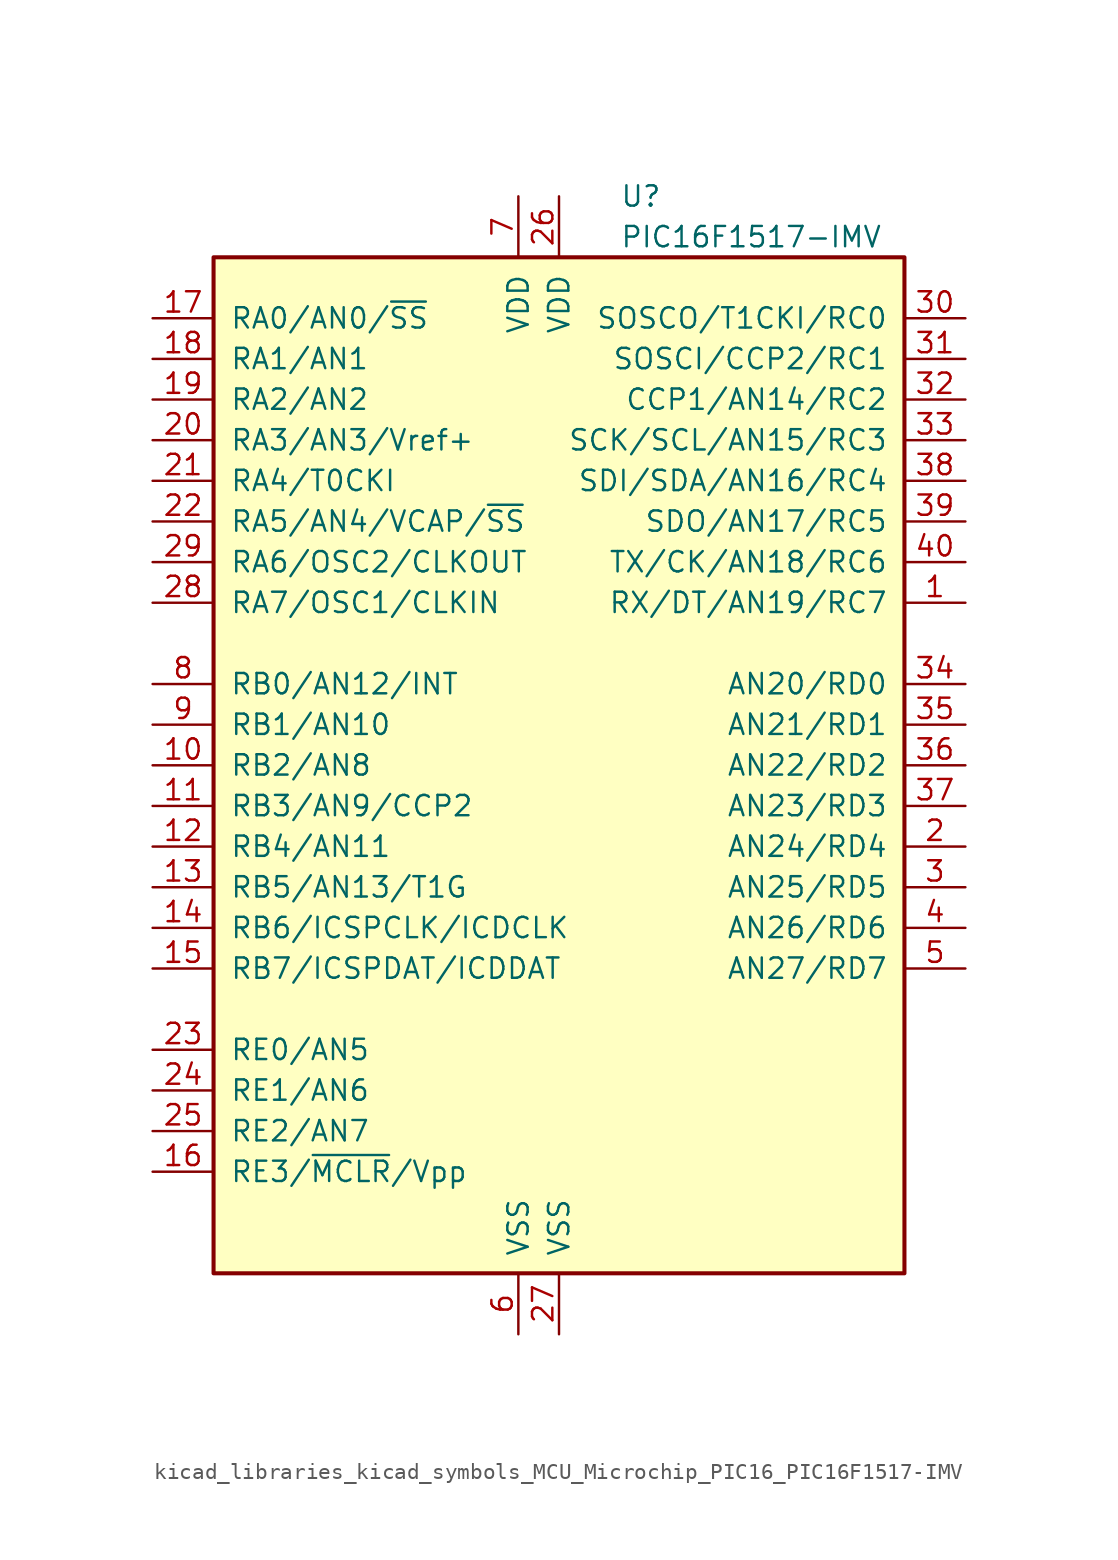
<source format=kicad_sym>
(kicad_symbol_lib
  (version 20220914)
  (generator kicad_symbol_editor)
  (symbol "kicad_libraries_kicad_symbols_MCU_Microchip_PIC16_PIC16F1517-IMV"
    (pin_names
      (offset 1.016))
    (property "Reference" "U"
      (at 3.81 35.56 0)
      (effects (font (size 1.27 1.27)) (justify left)))
    (property "Value" "PIC16F1517-IMV"
      (at 3.81 33.02 0)
      (effects (font (size 1.27 1.27)) (justify left)))
    (symbol "kicad_libraries_kicad_symbols_MCU_Microchip_PIC16_PIC16F1517-IMV_0_1"
      (rectangle (start -21.59 31.75) (end 21.59 -31.75) (stroke (width 0.254) (type default)) (fill (type background))))
    (symbol "kicad_libraries_kicad_symbols_MCU_Microchip_PIC16_PIC16F1517-IMV_1_1"
      (pin bidirectional line (at 25.4 10.16 180) (length 3.81) (name "RX/DT/AN19/RC7" (effects (font (size 1.27 1.27)))) (number "1" (effects (font (size 1.27 1.27)))))
      (pin bidirectional line (at -25.4 0 0) (length 3.81) (name "RB2/AN8" (effects (font (size 1.27 1.27)))) (number "10" (effects (font (size 1.27 1.27)))))
      (pin bidirectional line (at -25.4 -2.54 0) (length 3.81) (name "RB3/AN9/CCP2" (effects (font (size 1.27 1.27)))) (number "11" (effects (font (size 1.27 1.27)))))
      (pin bidirectional line (at -25.4 -5.08 0) (length 3.81) (name "RB4/AN11" (effects (font (size 1.27 1.27)))) (number "12" (effects (font (size 1.27 1.27)))))
      (pin bidirectional line (at -25.4 -7.62 0) (length 3.81) (name "RB5/AN13/T1G" (effects (font (size 1.27 1.27)))) (number "13" (effects (font (size 1.27 1.27)))))
      (pin bidirectional line (at -25.4 -10.16 0) (length 3.81) (name "RB6/ICSPCLK/ICDCLK" (effects (font (size 1.27 1.27)))) (number "14" (effects (font (size 1.27 1.27)))))
      (pin bidirectional line (at -25.4 -12.7 0) (length 3.81) (name "RB7/ICSPDAT/ICDDAT" (effects (font (size 1.27 1.27)))) (number "15" (effects (font (size 1.27 1.27)))))
      (pin input line (at -25.4 -25.4 0) (length 3.81) (name "RE3/~{MCLR}/Vpp" (effects (font (size 1.27 1.27)))) (number "16" (effects (font (size 1.27 1.27)))))
      (pin bidirectional line (at -25.4 27.94 0) (length 3.81) (name "RA0/AN0/~{SS}" (effects (font (size 1.27 1.27)))) (number "17" (effects (font (size 1.27 1.27)))))
      (pin bidirectional line (at -25.4 25.4 0) (length 3.81) (name "RA1/AN1" (effects (font (size 1.27 1.27)))) (number "18" (effects (font (size 1.27 1.27)))))
      (pin bidirectional line (at -25.4 22.86 0) (length 3.81) (name "RA2/AN2" (effects (font (size 1.27 1.27)))) (number "19" (effects (font (size 1.27 1.27)))))
      (pin bidirectional line (at 25.4 -5.08 180) (length 3.81) (name "AN24/RD4" (effects (font (size 1.27 1.27)))) (number "2" (effects (font (size 1.27 1.27)))))
      (pin bidirectional line (at -25.4 20.32 0) (length 3.81) (name "RA3/AN3/Vref+" (effects (font (size 1.27 1.27)))) (number "20" (effects (font (size 1.27 1.27)))))
      (pin bidirectional line (at -25.4 17.78 0) (length 3.81) (name "RA4/T0CKI" (effects (font (size 1.27 1.27)))) (number "21" (effects (font (size 1.27 1.27)))))
      (pin bidirectional line (at -25.4 15.24 0) (length 3.81) (name "RA5/AN4/VCAP/~{SS}" (effects (font (size 1.27 1.27)))) (number "22" (effects (font (size 1.27 1.27)))))
      (pin bidirectional line (at -25.4 -17.78 0) (length 3.81) (name "RE0/AN5" (effects (font (size 1.27 1.27)))) (number "23" (effects (font (size 1.27 1.27)))))
      (pin bidirectional line (at -25.4 -20.32 0) (length 3.81) (name "RE1/AN6" (effects (font (size 1.27 1.27)))) (number "24" (effects (font (size 1.27 1.27)))))
      (pin bidirectional line (at -25.4 -22.86 0) (length 3.81) (name "RE2/AN7" (effects (font (size 1.27 1.27)))) (number "25" (effects (font (size 1.27 1.27)))))
      (pin power_in line (at 0 35.56 270) (length 3.81) (name "VDD" (effects (font (size 1.27 1.27)))) (number "26" (effects (font (size 1.27 1.27)))))
      (pin power_in line (at 0 -35.56 90) (length 3.81) (name "VSS" (effects (font (size 1.27 1.27)))) (number "27" (effects (font (size 1.27 1.27)))))
      (pin bidirectional line (at -25.4 10.16 0) (length 3.81) (name "RA7/OSC1/CLKIN" (effects (font (size 1.27 1.27)))) (number "28" (effects (font (size 1.27 1.27)))))
      (pin bidirectional line (at -25.4 12.7 0) (length 3.81) (name "RA6/OSC2/CLKOUT" (effects (font (size 1.27 1.27)))) (number "29" (effects (font (size 1.27 1.27)))))
      (pin bidirectional line (at 25.4 -7.62 180) (length 3.81) (name "AN25/RD5" (effects (font (size 1.27 1.27)))) (number "3" (effects (font (size 1.27 1.27)))))
      (pin bidirectional line (at 25.4 27.94 180) (length 3.81) (name "SOSCO/T1CKI/RC0" (effects (font (size 1.27 1.27)))) (number "30" (effects (font (size 1.27 1.27)))))
      (pin bidirectional line (at 25.4 25.4 180) (length 3.81) (name "SOSCI/CCP2/RC1" (effects (font (size 1.27 1.27)))) (number "31" (effects (font (size 1.27 1.27)))))
      (pin bidirectional line (at 25.4 22.86 180) (length 3.81) (name "CCP1/AN14/RC2" (effects (font (size 1.27 1.27)))) (number "32" (effects (font (size 1.27 1.27)))))
      (pin bidirectional line (at 25.4 20.32 180) (length 3.81) (name "SCK/SCL/AN15/RC3" (effects (font (size 1.27 1.27)))) (number "33" (effects (font (size 1.27 1.27)))))
      (pin bidirectional line (at 25.4 5.08 180) (length 3.81) (name "AN20/RD0" (effects (font (size 1.27 1.27)))) (number "34" (effects (font (size 1.27 1.27)))))
      (pin bidirectional line (at 25.4 2.54 180) (length 3.81) (name "AN21/RD1" (effects (font (size 1.27 1.27)))) (number "35" (effects (font (size 1.27 1.27)))))
      (pin bidirectional line (at 25.4 0 180) (length 3.81) (name "AN22/RD2" (effects (font (size 1.27 1.27)))) (number "36" (effects (font (size 1.27 1.27)))))
      (pin bidirectional line (at 25.4 -2.54 180) (length 3.81) (name "AN23/RD3" (effects (font (size 1.27 1.27)))) (number "37" (effects (font (size 1.27 1.27)))))
      (pin bidirectional line (at 25.4 17.78 180) (length 3.81) (name "SDI/SDA/AN16/RC4" (effects (font (size 1.27 1.27)))) (number "38" (effects (font (size 1.27 1.27)))))
      (pin bidirectional line (at 25.4 15.24 180) (length 3.81) (name "SDO/AN17/RC5" (effects (font (size 1.27 1.27)))) (number "39" (effects (font (size 1.27 1.27)))))
      (pin bidirectional line (at 25.4 -10.16 180) (length 3.81) (name "AN26/RD6" (effects (font (size 1.27 1.27)))) (number "4" (effects (font (size 1.27 1.27)))))
      (pin bidirectional line (at 25.4 12.7 180) (length 3.81) (name "TX/CK/AN18/RC6" (effects (font (size 1.27 1.27)))) (number "40" (effects (font (size 1.27 1.27)))))
      (pin bidirectional line (at 25.4 -12.7 180) (length 3.81) (name "AN27/RD7" (effects (font (size 1.27 1.27)))) (number "5" (effects (font (size 1.27 1.27)))))
      (pin power_in line (at -2.54 -35.56 90) (length 3.81) (name "VSS" (effects (font (size 1.27 1.27)))) (number "6" (effects (font (size 1.27 1.27)))))
      (pin power_in line (at -2.54 35.56 270) (length 3.81) (name "VDD" (effects (font (size 1.27 1.27)))) (number "7" (effects (font (size 1.27 1.27)))))
      (pin bidirectional line (at -25.4 5.08 0) (length 3.81) (name "RB0/AN12/INT" (effects (font (size 1.27 1.27)))) (number "8" (effects (font (size 1.27 1.27)))))
      (pin bidirectional line (at -25.4 2.54 0) (length 3.81) (name "RB1/AN10" (effects (font (size 1.27 1.27)))) (number "9" (effects (font (size 1.27 1.27))))))))
</source>
